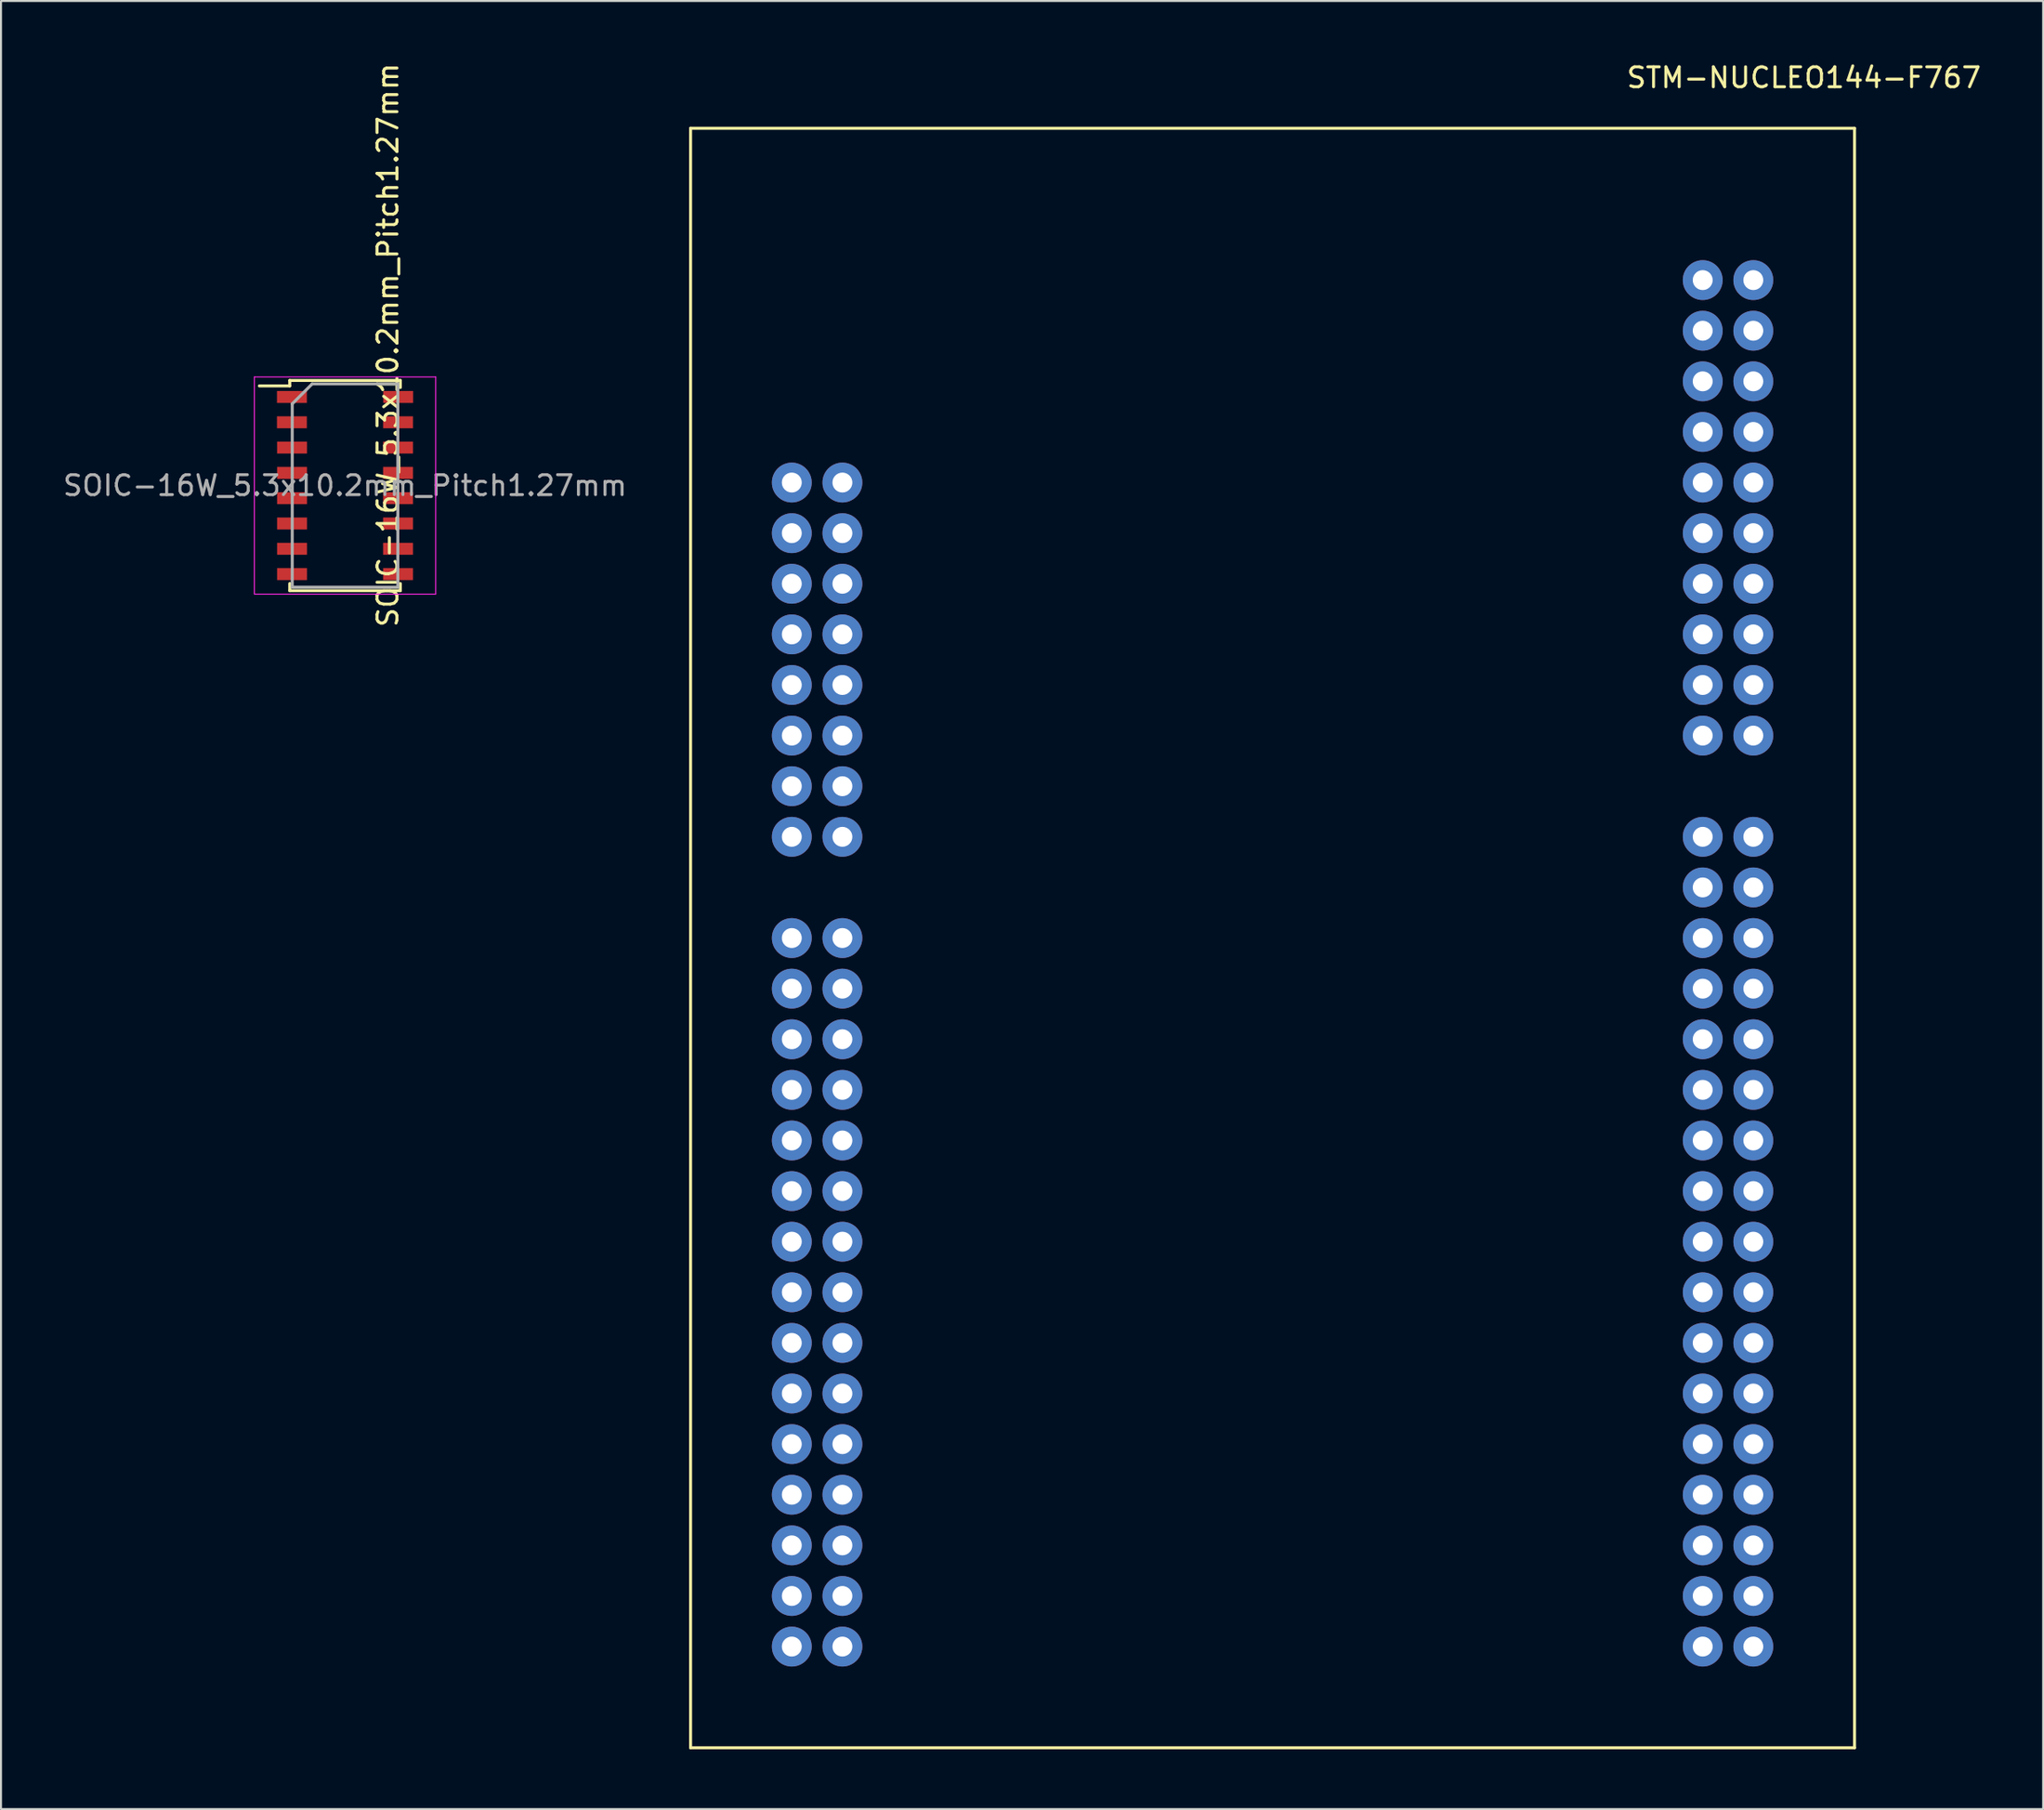
<source format=kicad_pcb>
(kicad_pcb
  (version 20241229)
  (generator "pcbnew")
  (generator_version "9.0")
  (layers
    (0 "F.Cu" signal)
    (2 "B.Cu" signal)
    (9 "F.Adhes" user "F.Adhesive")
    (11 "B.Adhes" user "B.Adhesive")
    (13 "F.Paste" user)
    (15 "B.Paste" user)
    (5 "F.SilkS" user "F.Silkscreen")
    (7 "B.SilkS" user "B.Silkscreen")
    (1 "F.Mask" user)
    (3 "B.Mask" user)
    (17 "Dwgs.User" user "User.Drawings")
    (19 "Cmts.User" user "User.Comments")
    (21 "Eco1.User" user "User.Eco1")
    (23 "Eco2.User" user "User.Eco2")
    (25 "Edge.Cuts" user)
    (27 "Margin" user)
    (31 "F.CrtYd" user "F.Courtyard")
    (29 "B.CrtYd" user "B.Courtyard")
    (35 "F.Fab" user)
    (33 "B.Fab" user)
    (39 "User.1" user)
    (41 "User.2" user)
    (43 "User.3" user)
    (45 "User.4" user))
  (footprint "STM-NUCLEO144-F767"
    (layer "F.Cu")
    (at 36.691 21.168)
    (property "Reference" "STM-NUCLEO144-F767" (at 50.8 -20.32 0) (layer "F.SilkS") (effects (font (size 1 1) (thickness 0.15))))
    (attr through_hole)
    (fp_line (start -5.08 -17.78) (end 53.34 -17.78) (stroke (width 0.15) (type solid)) (layer "F.SilkS"))
    (fp_line (start -5.08 63.5) (end -5.08 -17.78) (stroke (width 0.15) (type solid)) (layer "F.SilkS"))
    (fp_line (start 53.34 -17.78) (end 53.34 63.5) (stroke (width 0.15) (type solid)) (layer "F.SilkS"))
    (fp_line (start 53.34 63.5) (end -5.08 63.5) (stroke (width 0.15) (type solid)) (layer "F.SilkS"))
    (pad "A1" thru_hole circle (at 0 0) (size 2 2) (drill 1) (layers "*.Cu" "*.Mask"))
    (pad "A2" thru_hole circle (at 2.54 0) (size 2 2) (drill 1) (layers "*.Cu" "*.Mask"))
    (pad "A3" thru_hole circle (at 0 2.54) (size 2 2) (drill 1) (layers "*.Cu" "*.Mask"))
    (pad "A4" thru_hole circle (at 2.54 2.54) (size 2 2) (drill 1) (layers "*.Cu" "*.Mask"))
    (pad "A5" thru_hole circle (at 0 5.08) (size 2 2) (drill 1) (layers "*.Cu" "*.Mask"))
    (pad "A6" thru_hole circle (at 2.54 5.08) (size 2 2) (drill 1) (layers "*.Cu" "*.Mask"))
    (pad "A7" thru_hole circle (at 0 7.62) (size 2 2) (drill 1) (layers "*.Cu" "*.Mask"))
    (pad "A8" thru_hole circle (at 2.54 7.62) (size 2 2) (drill 1) (layers "*.Cu" "*.Mask"))
    (pad "A9" thru_hole circle (at 0 10.16) (size 2 2) (drill 1) (layers "*.Cu" "*.Mask"))
    (pad "A10" thru_hole circle (at 2.54 10.16) (size 2 2) (drill 1) (layers "*.Cu" "*.Mask"))
    (pad "A11" thru_hole circle (at 0 12.7) (size 2 2) (drill 1) (layers "*.Cu" "*.Mask"))
    (pad "A12" thru_hole circle (at 2.54 12.7) (size 2 2) (drill 1) (layers "*.Cu" "*.Mask"))
    (pad "A13" thru_hole circle (at 0 15.24) (size 2 2) (drill 1) (layers "*.Cu" "*.Mask"))
    (pad "A14" thru_hole circle (at 2.54 15.24) (size 2 2) (drill 1) (layers "*.Cu" "*.Mask"))
    (pad "A15" thru_hole circle (at 0 17.78) (size 2 2) (drill 1) (layers "*.Cu" "*.Mask"))
    (pad "A16" thru_hole circle (at 2.54 17.78) (size 2 2) (drill 1) (layers "*.Cu" "*.Mask"))
    (pad "B1" thru_hole circle (at 0 22.86) (size 2 2) (drill 1) (layers "*.Cu" "*.Mask"))
    (pad "B2" thru_hole circle (at 2.54 22.86) (size 2 2) (drill 1) (layers "*.Cu" "*.Mask"))
    (pad "B3" thru_hole circle (at 0 25.4) (size 2 2) (drill 1) (layers "*.Cu" "*.Mask"))
    (pad "B4" thru_hole circle (at 2.54 25.4) (size 2 2) (drill 1) (layers "*.Cu" "*.Mask"))
    (pad "B5" thru_hole circle (at 0 27.94) (size 2 2) (drill 1) (layers "*.Cu" "*.Mask"))
    (pad "B6" thru_hole circle (at 2.54 27.94) (size 2 2) (drill 1) (layers "*.Cu" "*.Mask"))
    (pad "B7" thru_hole circle (at 0 30.48) (size 2 2) (drill 1) (layers "*.Cu" "*.Mask"))
    (pad "B8" thru_hole circle (at 2.54 30.48) (size 2 2) (drill 1) (layers "*.Cu" "*.Mask"))
    (pad "B9" thru_hole circle (at 0 33.02) (size 2 2) (drill 1) (layers "*.Cu" "*.Mask"))
    (pad "B10" thru_hole circle (at 2.54 33.02) (size 2 2) (drill 1) (layers "*.Cu" "*.Mask"))
    (pad "B11" thru_hole circle (at 0 35.56) (size 2 2) (drill 1) (layers "*.Cu" "*.Mask"))
    (pad "B12" thru_hole circle (at 2.54 35.56) (size 2 2) (drill 1) (layers "*.Cu" "*.Mask"))
    (pad "B13" thru_hole circle (at 0 38.1) (size 2 2) (drill 1) (layers "*.Cu" "*.Mask"))
    (pad "B14" thru_hole circle (at 2.54 38.1) (size 2 2) (drill 1) (layers "*.Cu" "*.Mask"))
    (pad "B15" thru_hole circle (at 0 40.64) (size 2 2) (drill 1) (layers "*.Cu" "*.Mask"))
    (pad "B16" thru_hole circle (at 2.54 40.64) (size 2 2) (drill 1) (layers "*.Cu" "*.Mask"))
    (pad "B17" thru_hole circle (at 0 43.18) (size 2 2) (drill 1) (layers "*.Cu" "*.Mask"))
    (pad "B18" thru_hole circle (at 2.54 43.18) (size 2 2) (drill 1) (layers "*.Cu" "*.Mask"))
    (pad "B19" thru_hole circle (at 0 45.72) (size 2 2) (drill 1) (layers "*.Cu" "*.Mask"))
    (pad "B20" thru_hole circle (at 2.54 45.72) (size 2 2) (drill 1) (layers "*.Cu" "*.Mask"))
    (pad "B21" thru_hole circle (at 0 48.26) (size 2 2) (drill 1) (layers "*.Cu" "*.Mask"))
    (pad "B22" thru_hole circle (at 2.54 48.26) (size 2 2) (drill 1) (layers "*.Cu" "*.Mask"))
    (pad "B23" thru_hole circle (at 0 50.8) (size 2 2) (drill 1) (layers "*.Cu" "*.Mask"))
    (pad "B24" thru_hole circle (at 2.54 50.8) (size 2 2) (drill 1) (layers "*.Cu" "*.Mask"))
    (pad "B25" thru_hole circle (at 0 53.34) (size 2 2) (drill 1) (layers "*.Cu" "*.Mask"))
    (pad "B26" thru_hole circle (at 2.54 53.34) (size 2 2) (drill 1) (layers "*.Cu" "*.Mask"))
    (pad "B27" thru_hole circle (at 0 55.88) (size 2 2) (drill 1) (layers "*.Cu" "*.Mask"))
    (pad "B28" thru_hole circle (at 2.54 55.88) (size 2 2) (drill 1) (layers "*.Cu" "*.Mask"))
    (pad "B29" thru_hole circle (at 0 58.42) (size 2 2) (drill 1) (layers "*.Cu" "*.Mask"))
    (pad "B30" thru_hole circle (at 2.54 58.42) (size 2 2) (drill 1) (layers "*.Cu" "*.Mask"))
    (pad "C1" thru_hole circle (at 45.72 17.78) (size 2 2) (drill 1) (layers "*.Cu" "*.Mask"))
    (pad "C2" thru_hole circle (at 48.26 17.78) (size 2 2) (drill 1) (layers "*.Cu" "*.Mask"))
    (pad "C3" thru_hole circle (at 45.72 20.32) (size 2 2) (drill 1) (layers "*.Cu" "*.Mask"))
    (pad "C4" thru_hole circle (at 48.26 20.32) (size 2 2) (drill 1) (layers "*.Cu" "*.Mask"))
    (pad "C5" thru_hole circle (at 45.72 22.86) (size 2 2) (drill 1) (layers "*.Cu" "*.Mask"))
    (pad "C6" thru_hole circle (at 48.26 22.86) (size 2 2) (drill 1) (layers "*.Cu" "*.Mask"))
    (pad "C7" thru_hole circle (at 45.72 25.4) (size 2 2) (drill 1) (layers "*.Cu" "*.Mask"))
    (pad "C8" thru_hole circle (at 48.26 25.4) (size 2 2) (drill 1) (layers "*.Cu" "*.Mask"))
    (pad "C9" thru_hole circle (at 45.72 27.94) (size 2 2) (drill 1) (layers "*.Cu" "*.Mask"))
    (pad "C10" thru_hole circle (at 48.26 27.94) (size 2 2) (drill 1) (layers "*.Cu" "*.Mask"))
    (pad "C11" thru_hole circle (at 45.72 30.48) (size 2 2) (drill 1) (layers "*.Cu" "*.Mask"))
    (pad "C12" thru_hole circle (at 48.26 30.48) (size 2 2) (drill 1) (layers "*.Cu" "*.Mask"))
    (pad "C13" thru_hole circle (at 45.72 33.02) (size 2 2) (drill 1) (layers "*.Cu" "*.Mask"))
    (pad "C14" thru_hole circle (at 48.26 33.02) (size 2 2) (drill 1) (layers "*.Cu" "*.Mask"))
    (pad "C15" thru_hole circle (at 45.72 35.56) (size 2 2) (drill 1) (layers "*.Cu" "*.Mask"))
    (pad "C16" thru_hole circle (at 48.26 35.56) (size 2 2) (drill 1) (layers "*.Cu" "*.Mask"))
    (pad "C17" thru_hole circle (at 45.72 38.1) (size 2 2) (drill 1) (layers "*.Cu" "*.Mask"))
    (pad "C18" thru_hole circle (at 48.26 38.1) (size 2 2) (drill 1) (layers "*.Cu" "*.Mask"))
    (pad "C19" thru_hole circle (at 45.72 40.64) (size 2 2) (drill 1) (layers "*.Cu" "*.Mask"))
    (pad "C20" thru_hole circle (at 48.26 40.64) (size 2 2) (drill 1) (layers "*.Cu" "*.Mask"))
    (pad "C21" thru_hole circle (at 45.72 43.18) (size 2 2) (drill 1) (layers "*.Cu" "*.Mask"))
    (pad "C22" thru_hole circle (at 48.26 43.18) (size 2 2) (drill 1) (layers "*.Cu" "*.Mask"))
    (pad "C23" thru_hole circle (at 45.72 45.72) (size 2 2) (drill 1) (layers "*.Cu" "*.Mask"))
    (pad "C24" thru_hole circle (at 48.26 45.72) (size 2 2) (drill 1) (layers "*.Cu" "*.Mask"))
    (pad "C25" thru_hole circle (at 45.72 48.26) (size 2 2) (drill 1) (layers "*.Cu" "*.Mask"))
    (pad "C26" thru_hole circle (at 48.26 48.26) (size 2 2) (drill 1) (layers "*.Cu" "*.Mask"))
    (pad "C27" thru_hole circle (at 45.72 50.8) (size 2 2) (drill 1) (layers "*.Cu" "*.Mask"))
    (pad "C28" thru_hole circle (at 48.26 50.8) (size 2 2) (drill 1) (layers "*.Cu" "*.Mask"))
    (pad "C29" thru_hole circle (at 45.72 53.34) (size 2 2) (drill 1) (layers "*.Cu" "*.Mask"))
    (pad "C30" thru_hole circle (at 48.26 53.34) (size 2 2) (drill 1) (layers "*.Cu" "*.Mask"))
    (pad "C31" thru_hole circle (at 45.72 55.88) (size 2 2) (drill 1) (layers "*.Cu" "*.Mask"))
    (pad "C32" thru_hole circle (at 48.26 55.88) (size 2 2) (drill 1) (layers "*.Cu" "*.Mask"))
    (pad "C33" thru_hole circle (at 45.72 58.42) (size 2 2) (drill 1) (layers "*.Cu" "*.Mask"))
    (pad "C34" thru_hole circle (at 48.26 58.42) (size 2 2) (drill 1) (layers "*.Cu" "*.Mask"))
    (pad "D1" thru_hole circle (at 45.72 -10.16) (size 2 2) (drill 1) (layers "*.Cu" "*.Mask"))
    (pad "D2" thru_hole circle (at 48.26 -10.16) (size 2 2) (drill 1) (layers "*.Cu" "*.Mask"))
    (pad "D3" thru_hole circle (at 45.72 -7.62) (size 2 2) (drill 1) (layers "*.Cu" "*.Mask"))
    (pad "D4" thru_hole circle (at 48.26 -7.62) (size 2 2) (drill 1) (layers "*.Cu" "*.Mask"))
    (pad "D5" thru_hole circle (at 45.72 -5.08) (size 2 2) (drill 1) (layers "*.Cu" "*.Mask"))
    (pad "D6" thru_hole circle (at 48.26 -5.08) (size 2 2) (drill 1) (layers "*.Cu" "*.Mask"))
    (pad "D7" thru_hole circle (at 45.72 -2.54) (size 2 2) (drill 1) (layers "*.Cu" "*.Mask"))
    (pad "D8" thru_hole circle (at 48.26 -2.54) (size 2 2) (drill 1) (layers "*.Cu" "*.Mask"))
    (pad "D9" thru_hole circle (at 45.72 0) (size 2 2) (drill 1) (layers "*.Cu" "*.Mask"))
    (pad "D10" thru_hole circle (at 48.26 0) (size 2 2) (drill 1) (layers "*.Cu" "*.Mask"))
    (pad "D11" thru_hole circle (at 45.72 2.54) (size 2 2) (drill 1) (layers "*.Cu" "*.Mask"))
    (pad "D12" thru_hole circle (at 48.26 2.54) (size 2 2) (drill 1) (layers "*.Cu" "*.Mask"))
    (pad "D13" thru_hole circle (at 45.72 5.08) (size 2 2) (drill 1) (layers "*.Cu" "*.Mask"))
    (pad "D14" thru_hole circle (at 48.26 5.08) (size 2 2) (drill 1) (layers "*.Cu" "*.Mask"))
    (pad "D15" thru_hole circle (at 45.72 7.62) (size 2 2) (drill 1) (layers "*.Cu" "*.Mask"))
    (pad "D16" thru_hole circle (at 48.26 7.62) (size 2 2) (drill 1) (layers "*.Cu" "*.Mask"))
    (pad "D17" thru_hole circle (at 45.72 10.16) (size 2 2) (drill 1) (layers "*.Cu" "*.Mask"))
    (pad "D18" thru_hole circle (at 48.26 10.16) (size 2 2) (drill 1) (layers "*.Cu" "*.Mask"))
    (pad "D19" thru_hole circle (at 45.72 12.7) (size 2 2) (drill 1) (layers "*.Cu" "*.Mask"))
    (pad "D20" thru_hole circle (at 48.26 12.7) (size 2 2) (drill 1) (layers "*.Cu" "*.Mask")))
  (footprint "SOIC-16W_5.3x10.2mm_Pitch1.27mm"
    (layer "F.Cu")
    (at 14.268 21.318)
    (property "Reference" "SOIC-16W_5.3x10.2mm_Pitch1.27mm" (at 2.15 -7.05 90) (layer "F.SilkS") (effects (font (size 1 1) (thickness 0.15))))
    (attr smd)
    (fp_line (start -2.775 -5.275) (end -2.775 -5) (stroke (width 0.15) (type solid)) (layer "F.SilkS"))
    (fp_line (start -2.775 -5.275) (end 2.775 -5.275) (stroke (width 0.15) (type solid)) (layer "F.SilkS"))
    (fp_line (start -2.775 -5) (end -4.3 -5) (stroke (width 0.15) (type solid)) (layer "F.SilkS"))
    (fp_line (start -2.775 5.275) (end -2.775 4.92) (stroke (width 0.15) (type solid)) (layer "F.SilkS"))
    (fp_line (start -2.775 5.275) (end 2.775 5.275) (stroke (width 0.15) (type solid)) (layer "F.SilkS"))
    (fp_line (start 2.775 -5.275) (end 2.775 -4.92) (stroke (width 0.15) (type solid)) (layer "F.SilkS"))
    (fp_line (start 2.775 5.275) (end 2.775 4.92) (stroke (width 0.15) (type solid)) (layer "F.SilkS"))
    (fp_line (start -4.55 -5.45) (end -4.55 5.45) (stroke (width 0.05) (type solid)) (layer "F.CrtYd"))
    (fp_line (start -4.55 -5.45) (end 4.55 -5.45) (stroke (width 0.05) (type solid)) (layer "F.CrtYd"))
    (fp_line (start -4.55 5.45) (end 4.55 5.45) (stroke (width 0.05) (type solid)) (layer "F.CrtYd"))
    (fp_line (start 4.55 -5.45) (end 4.55 5.45) (stroke (width 0.05) (type solid)) (layer "F.CrtYd"))
    (fp_line (start -2.65 -4.1) (end -1.65 -5.1) (stroke (width 0.15) (type solid)) (layer "F.Fab"))
    (fp_line (start -2.65 5.1) (end -2.65 -4.1) (stroke (width 0.15) (type solid)) (layer "F.Fab"))
    (fp_line (start -1.65 -5.1) (end 2.65 -5.1) (stroke (width 0.15) (type solid)) (layer "F.Fab"))
    (fp_line (start 2.65 -5.1) (end 2.65 5.1) (stroke (width 0.15) (type solid)) (layer "F.Fab"))
    (fp_line (start 2.65 5.1) (end -2.65 5.1) (stroke (width 0.15) (type solid)) (layer "F.Fab"))
    (fp_text user "${REFERENCE}" (at 0 0 0) (layer "F.Fab") (effects (font (size 1 1) (thickness 0.15))))
    (pad "1" smd rect (at -2.667 -4.445) (size 1.5 0.6) (layers "F.Cu" "F.Mask" "F.Paste"))
    (pad "2" smd rect (at -2.667 -3.175) (size 1.5 0.6) (layers "F.Cu" "F.Mask" "F.Paste"))
    (pad "3" smd rect (at -2.661 -1.905) (size 1.5 0.6) (layers "F.Cu" "F.Mask" "F.Paste"))
    (pad "4" smd rect (at -2.661 -0.635) (size 1.5 0.6) (layers "F.Cu" "F.Mask" "F.Paste"))
    (pad "5" smd rect (at -2.661 0.635) (size 1.5 0.6) (layers "F.Cu" "F.Mask" "F.Paste"))
    (pad "6" smd rect (at -2.661 1.905) (size 1.5 0.6) (layers "F.Cu" "F.Mask" "F.Paste"))
    (pad "7" smd rect (at -2.661 3.175) (size 1.5 0.6) (layers "F.Cu" "F.Mask" "F.Paste"))
    (pad "8" smd rect (at -2.661 4.445) (size 1.5 0.6) (layers "F.Cu" "F.Mask" "F.Paste"))
    (pad "9" smd rect (at 2.661 4.445) (size 1.5 0.6) (layers "F.Cu" "F.Mask" "F.Paste"))
    (pad "10" smd rect (at 2.661 3.175) (size 1.5 0.6) (layers "F.Cu" "F.Mask" "F.Paste"))
    (pad "11" smd rect (at 2.661 1.905) (size 1.5 0.6) (layers "F.Cu" "F.Mask" "F.Paste"))
    (pad "12" smd rect (at 2.661 0.635) (size 1.5 0.6) (layers "F.Cu" "F.Mask" "F.Paste"))
    (pad "13" smd rect (at 2.661 -0.635) (size 1.5 0.6) (layers "F.Cu" "F.Mask" "F.Paste"))
    (pad "14" smd rect (at 2.661 -1.905) (size 1.5 0.6) (layers "F.Cu" "F.Mask" "F.Paste"))
    (pad "15" smd rect (at 2.661 -3.175) (size 1.5 0.6) (layers "F.Cu" "F.Mask" "F.Paste"))
    (pad "16" smd rect (at 2.667 -4.445) (size 1.5 0.6) (layers "F.Cu" "F.Mask" "F.Paste")))
  (gr_rect
    (start -3 -3)
    (end 99.497 87.743)
    (stroke (width 0.1) (type default))
    (fill no)
    (layer "Edge.Cuts")))
</source>
